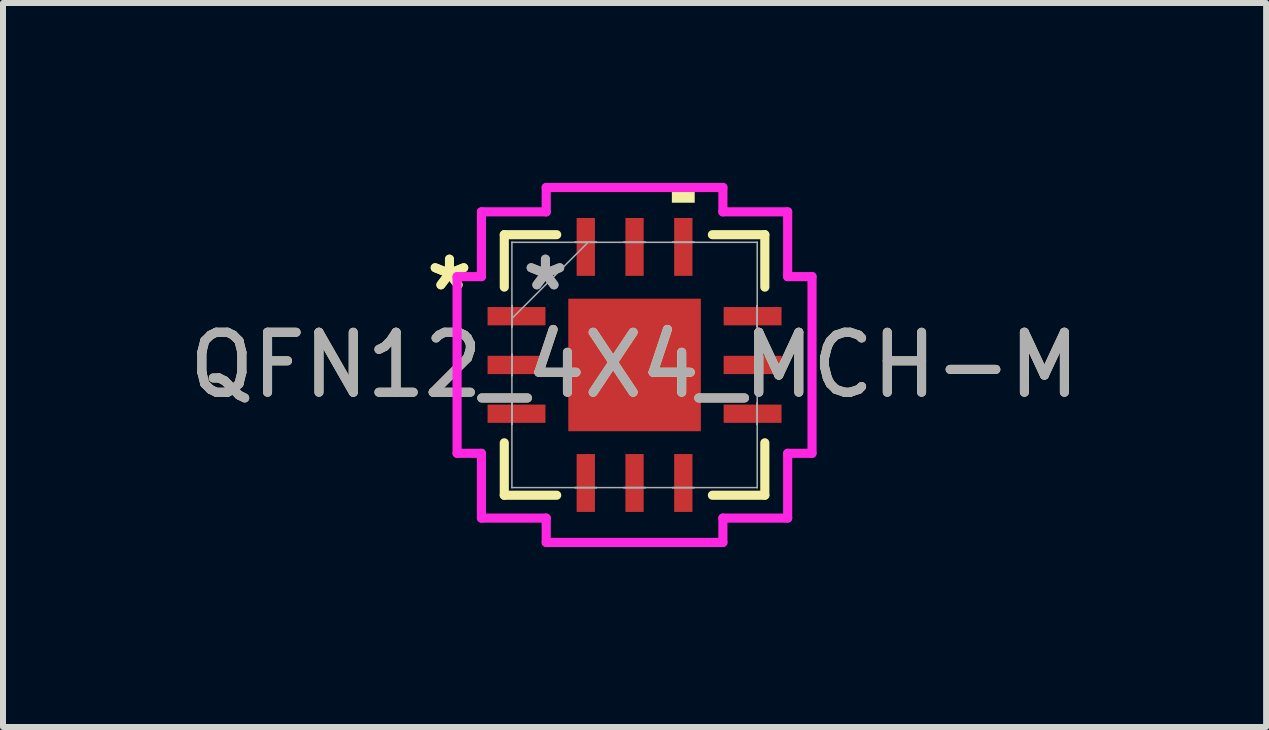
<source format=kicad_pcb>
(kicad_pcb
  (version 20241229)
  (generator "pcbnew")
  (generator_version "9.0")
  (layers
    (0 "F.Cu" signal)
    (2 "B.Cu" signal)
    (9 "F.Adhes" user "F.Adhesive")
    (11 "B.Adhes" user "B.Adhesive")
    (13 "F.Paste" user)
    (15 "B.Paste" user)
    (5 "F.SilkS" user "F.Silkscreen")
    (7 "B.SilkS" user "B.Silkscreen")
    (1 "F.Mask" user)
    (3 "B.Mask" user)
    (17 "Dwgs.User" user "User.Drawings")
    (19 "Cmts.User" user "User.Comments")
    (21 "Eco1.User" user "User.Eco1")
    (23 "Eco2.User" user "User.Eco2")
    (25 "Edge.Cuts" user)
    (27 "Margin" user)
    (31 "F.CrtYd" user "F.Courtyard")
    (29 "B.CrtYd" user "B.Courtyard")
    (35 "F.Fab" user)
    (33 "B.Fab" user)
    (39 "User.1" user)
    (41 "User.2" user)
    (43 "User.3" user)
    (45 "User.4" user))
  (footprint "QFN12_4X4_MCH-M"
    (layer "F.Cu")
    (at 7.53 3.035)
    (property "Reference" "QFN12_4X4_MCH-M" (at 0 0 0) (unlocked yes) (layer "F.SilkS") (effects (font (size 1 1) (thickness 0.15))))
    (attr smd)
    (fp_line (start -2.172 -2.172) (end -2.172 -1.298) (stroke (width 0.152) (type solid)) (layer "F.SilkS"))
    (fp_line (start -2.172 1.298) (end -2.172 2.172) (stroke (width 0.152) (type solid)) (layer "F.SilkS"))
    (fp_line (start -2.172 2.172) (end -1.298 2.172) (stroke (width 0.152) (type solid)) (layer "F.SilkS"))
    (fp_line (start -1.298 -2.172) (end -2.172 -2.172) (stroke (width 0.152) (type solid)) (layer "F.SilkS"))
    (fp_line (start 1.298 2.172) (end 2.172 2.172) (stroke (width 0.152) (type solid)) (layer "F.SilkS"))
    (fp_line (start 2.172 -2.172) (end 1.298 -2.172) (stroke (width 0.152) (type solid)) (layer "F.SilkS"))
    (fp_line (start 2.172 -1.298) (end 2.172 -2.172) (stroke (width 0.152) (type solid)) (layer "F.SilkS"))
    (fp_line (start 2.172 2.172) (end 2.172 1.298) (stroke (width 0.152) (type solid)) (layer "F.SilkS"))
    (fp_poly (pts (xy 0.622 -2.705) (xy 0.622 -2.959) (xy 1.003 -2.959) (xy 1.003 -2.705)) (stroke (width 0) (type solid)) (fill yes) (layer "F.SilkS"))
    (fp_line (start -2.959 -1.473) (end -2.553 -1.473) (stroke (width 0.152) (type solid)) (layer "F.CrtYd"))
    (fp_line (start -2.959 1.473) (end -2.959 -1.473) (stroke (width 0.152) (type solid)) (layer "F.CrtYd"))
    (fp_line (start -2.553 -2.553) (end -1.473 -2.553) (stroke (width 0.152) (type solid)) (layer "F.CrtYd"))
    (fp_line (start -2.553 -1.473) (end -2.553 -2.553) (stroke (width 0.152) (type solid)) (layer "F.CrtYd"))
    (fp_line (start -2.553 1.473) (end -2.959 1.473) (stroke (width 0.152) (type solid)) (layer "F.CrtYd"))
    (fp_line (start -2.553 2.553) (end -2.553 1.473) (stroke (width 0.152) (type solid)) (layer "F.CrtYd"))
    (fp_line (start -1.473 -2.959) (end 1.473 -2.959) (stroke (width 0.152) (type solid)) (layer "F.CrtYd"))
    (fp_line (start -1.473 -2.553) (end -1.473 -2.959) (stroke (width 0.152) (type solid)) (layer "F.CrtYd"))
    (fp_line (start -1.473 2.553) (end -2.553 2.553) (stroke (width 0.152) (type solid)) (layer "F.CrtYd"))
    (fp_line (start -1.473 2.959) (end -1.473 2.553) (stroke (width 0.152) (type solid)) (layer "F.CrtYd"))
    (fp_line (start 1.473 -2.959) (end 1.473 -2.553) (stroke (width 0.152) (type solid)) (layer "F.CrtYd"))
    (fp_line (start 1.473 -2.553) (end 2.553 -2.553) (stroke (width 0.152) (type solid)) (layer "F.CrtYd"))
    (fp_line (start 1.473 2.553) (end 1.473 2.959) (stroke (width 0.152) (type solid)) (layer "F.CrtYd"))
    (fp_line (start 1.473 2.959) (end -1.473 2.959) (stroke (width 0.152) (type solid)) (layer "F.CrtYd"))
    (fp_line (start 2.553 -2.553) (end 2.553 -1.473) (stroke (width 0.152) (type solid)) (layer "F.CrtYd"))
    (fp_line (start 2.553 -1.473) (end 2.959 -1.473) (stroke (width 0.152) (type solid)) (layer "F.CrtYd"))
    (fp_line (start 2.553 1.473) (end 2.553 2.553) (stroke (width 0.152) (type solid)) (layer "F.CrtYd"))
    (fp_line (start 2.553 2.553) (end 1.473 2.553) (stroke (width 0.152) (type solid)) (layer "F.CrtYd"))
    (fp_line (start 2.959 -1.473) (end 2.959 1.473) (stroke (width 0.152) (type solid)) (layer "F.CrtYd"))
    (fp_line (start 2.959 1.473) (end 2.553 1.473) (stroke (width 0.152) (type solid)) (layer "F.CrtYd"))
    (fp_line (start -2.045 -2.045) (end -2.045 -2.045) (stroke (width 0.025) (type solid)) (layer "F.Fab"))
    (fp_line (start -2.045 -2.045) (end -2.045 2.045) (stroke (width 0.025) (type solid)) (layer "F.Fab"))
    (fp_line (start -2.045 -0.991) (end -2.045 -0.991) (stroke (width 0.025) (type solid)) (layer "F.Fab"))
    (fp_line (start -2.045 -0.991) (end -2.045 -0.635) (stroke (width 0.025) (type solid)) (layer "F.Fab"))
    (fp_line (start -2.045 -0.775) (end -0.775 -2.045) (stroke (width 0.025) (type solid)) (layer "F.Fab"))
    (fp_line (start -2.045 -0.635) (end -2.045 -0.991) (stroke (width 0.025) (type solid)) (layer "F.Fab"))
    (fp_line (start -2.045 -0.635) (end -2.045 -0.635) (stroke (width 0.025) (type solid)) (layer "F.Fab"))
    (fp_line (start -2.045 -0.178) (end -2.045 -0.178) (stroke (width 0.025) (type solid)) (layer "F.Fab"))
    (fp_line (start -2.045 -0.178) (end -2.045 0.178) (stroke (width 0.025) (type solid)) (layer "F.Fab"))
    (fp_line (start -2.045 0.178) (end -2.045 -0.178) (stroke (width 0.025) (type solid)) (layer "F.Fab"))
    (fp_line (start -2.045 0.178) (end -2.045 0.178) (stroke (width 0.025) (type solid)) (layer "F.Fab"))
    (fp_line (start -2.045 0.635) (end -2.045 0.635) (stroke (width 0.025) (type solid)) (layer "F.Fab"))
    (fp_line (start -2.045 0.635) (end -2.045 0.991) (stroke (width 0.025) (type solid)) (layer "F.Fab"))
    (fp_line (start -2.045 0.991) (end -2.045 0.635) (stroke (width 0.025) (type solid)) (layer "F.Fab"))
    (fp_line (start -2.045 0.991) (end -2.045 0.991) (stroke (width 0.025) (type solid)) (layer "F.Fab"))
    (fp_line (start -2.045 2.045) (end -2.045 2.045) (stroke (width 0.025) (type solid)) (layer "F.Fab"))
    (fp_line (start -2.045 2.045) (end 2.045 2.045) (stroke (width 0.025) (type solid)) (layer "F.Fab"))
    (fp_line (start -0.991 -2.045) (end -0.991 -2.045) (stroke (width 0.025) (type solid)) (layer "F.Fab"))
    (fp_line (start -0.991 -2.045) (end -0.635 -2.045) (stroke (width 0.025) (type solid)) (layer "F.Fab"))
    (fp_line (start -0.991 2.045) (end -0.991 2.045) (stroke (width 0.025) (type solid)) (layer "F.Fab"))
    (fp_line (start -0.991 2.045) (end -0.635 2.045) (stroke (width 0.025) (type solid)) (layer "F.Fab"))
    (fp_line (start -0.635 -2.045) (end -0.991 -2.045) (stroke (width 0.025) (type solid)) (layer "F.Fab"))
    (fp_line (start -0.635 -2.045) (end -0.635 -2.045) (stroke (width 0.025) (type solid)) (layer "F.Fab"))
    (fp_line (start -0.635 2.045) (end -0.991 2.045) (stroke (width 0.025) (type solid)) (layer "F.Fab"))
    (fp_line (start -0.635 2.045) (end -0.635 2.045) (stroke (width 0.025) (type solid)) (layer "F.Fab"))
    (fp_line (start -0.178 -2.045) (end -0.178 -2.045) (stroke (width 0.025) (type solid)) (layer "F.Fab"))
    (fp_line (start -0.178 -2.045) (end 0.178 -2.045) (stroke (width 0.025) (type solid)) (layer "F.Fab"))
    (fp_line (start -0.178 2.045) (end -0.178 2.045) (stroke (width 0.025) (type solid)) (layer "F.Fab"))
    (fp_line (start -0.178 2.045) (end 0.178 2.045) (stroke (width 0.025) (type solid)) (layer "F.Fab"))
    (fp_line (start 0.178 -2.045) (end -0.178 -2.045) (stroke (width 0.025) (type solid)) (layer "F.Fab"))
    (fp_line (start 0.178 -2.045) (end 0.178 -2.045) (stroke (width 0.025) (type solid)) (layer "F.Fab"))
    (fp_line (start 0.178 2.045) (end -0.178 2.045) (stroke (width 0.025) (type solid)) (layer "F.Fab"))
    (fp_line (start 0.178 2.045) (end 0.178 2.045) (stroke (width 0.025) (type solid)) (layer "F.Fab"))
    (fp_line (start 0.635 -2.045) (end 0.635 -2.045) (stroke (width 0.025) (type solid)) (layer "F.Fab"))
    (fp_line (start 0.635 -2.045) (end 0.991 -2.045) (stroke (width 0.025) (type solid)) (layer "F.Fab"))
    (fp_line (start 0.635 2.045) (end 0.635 2.045) (stroke (width 0.025) (type solid)) (layer "F.Fab"))
    (fp_line (start 0.635 2.045) (end 0.991 2.045) (stroke (width 0.025) (type solid)) (layer "F.Fab"))
    (fp_line (start 0.991 -2.045) (end 0.635 -2.045) (stroke (width 0.025) (type solid)) (layer "F.Fab"))
    (fp_line (start 0.991 -2.045) (end 0.991 -2.045) (stroke (width 0.025) (type solid)) (layer "F.Fab"))
    (fp_line (start 0.991 2.045) (end 0.635 2.045) (stroke (width 0.025) (type solid)) (layer "F.Fab"))
    (fp_line (start 0.991 2.045) (end 0.991 2.045) (stroke (width 0.025) (type solid)) (layer "F.Fab"))
    (fp_line (start 2.045 -2.045) (end -2.045 -2.045) (stroke (width 0.025) (type solid)) (layer "F.Fab"))
    (fp_line (start 2.045 -2.045) (end 2.045 -2.045) (stroke (width 0.025) (type solid)) (layer "F.Fab"))
    (fp_line (start 2.045 -0.991) (end 2.045 -0.991) (stroke (width 0.025) (type solid)) (layer "F.Fab"))
    (fp_line (start 2.045 -0.991) (end 2.045 -0.635) (stroke (width 0.025) (type solid)) (layer "F.Fab"))
    (fp_line (start 2.045 -0.635) (end 2.045 -0.991) (stroke (width 0.025) (type solid)) (layer "F.Fab"))
    (fp_line (start 2.045 -0.635) (end 2.045 -0.635) (stroke (width 0.025) (type solid)) (layer "F.Fab"))
    (fp_line (start 2.045 -0.178) (end 2.045 -0.178) (stroke (width 0.025) (type solid)) (layer "F.Fab"))
    (fp_line (start 2.045 -0.178) (end 2.045 0.178) (stroke (width 0.025) (type solid)) (layer "F.Fab"))
    (fp_line (start 2.045 0.178) (end 2.045 -0.178) (stroke (width 0.025) (type solid)) (layer "F.Fab"))
    (fp_line (start 2.045 0.178) (end 2.045 0.178) (stroke (width 0.025) (type solid)) (layer "F.Fab"))
    (fp_line (start 2.045 0.635) (end 2.045 0.635) (stroke (width 0.025) (type solid)) (layer "F.Fab"))
    (fp_line (start 2.045 0.635) (end 2.045 0.991) (stroke (width 0.025) (type solid)) (layer "F.Fab"))
    (fp_line (start 2.045 0.991) (end 2.045 0.635) (stroke (width 0.025) (type solid)) (layer "F.Fab"))
    (fp_line (start 2.045 0.991) (end 2.045 0.991) (stroke (width 0.025) (type solid)) (layer "F.Fab"))
    (fp_line (start 2.045 2.045) (end 2.045 -2.045) (stroke (width 0.025) (type solid)) (layer "F.Fab"))
    (fp_line (start 2.045 2.045) (end 2.045 2.045) (stroke (width 0.025) (type solid)) (layer "F.Fab"))
    (fp_text user "*" (at -3.086 -1.219 0) (layer "F.SilkS") (effects (font (size 1 1) (thickness 0.15))))
    (fp_text user "*" (at -3.086 -1.219 0) (unlocked yes) (layer "F.SilkS") (effects (font (size 1 1) (thickness 0.15))))
    (fp_text user "*" (at -1.486 -1.219 0) (layer "F.Fab") (effects (font (size 1 1) (thickness 0.15))))
    (fp_text user "${REFERENCE}" (at 0 0 0) (unlocked yes) (layer "F.Fab") (effects (font (size 1 1) (thickness 0.15))))
    (fp_text user "*" (at -1.486 -1.219 0) (unlocked yes) (layer "F.Fab") (effects (font (size 1 1) (thickness 0.15))))
    (pad "1" smd rect (at -1.968 -0.813 90) (size 0.305 0.965) (layers "F.Cu" "F.Mask" "F.Paste"))
    (pad "2" smd rect (at -1.968 0 90) (size 0.305 0.965) (layers "F.Cu" "F.Mask" "F.Paste"))
    (pad "3" smd rect (at -1.968 0.813 90) (size 0.305 0.965) (layers "F.Cu" "F.Mask" "F.Paste"))
    (pad "4" smd rect (at -0.813 1.968) (size 0.305 0.965) (layers "F.Cu" "F.Mask" "F.Paste"))
    (pad "5" smd rect (at 0 1.968) (size 0.305 0.965) (layers "F.Cu" "F.Mask" "F.Paste"))
    (pad "6" smd rect (at 0.813 1.968) (size 0.305 0.965) (layers "F.Cu" "F.Mask" "F.Paste"))
    (pad "7" smd rect (at 1.968 0.813 90) (size 0.305 0.965) (layers "F.Cu" "F.Mask" "F.Paste"))
    (pad "8" smd rect (at 1.968 0 90) (size 0.305 0.965) (layers "F.Cu" "F.Mask" "F.Paste"))
    (pad "9" smd rect (at 1.968 -0.813 90) (size 0.305 0.965) (layers "F.Cu" "F.Mask" "F.Paste"))
    (pad "10" smd rect (at 0.813 -1.968) (size 0.305 0.965) (layers "F.Cu" "F.Mask" "F.Paste"))
    (pad "11" smd rect (at 0 -1.968) (size 0.305 0.965) (layers "F.Cu" "F.Mask" "F.Paste"))
    (pad "12" smd rect (at -0.813 -1.968) (size 0.305 0.965) (layers "F.Cu" "F.Mask" "F.Paste"))
    (pad "13" smd rect (at 0 0) (size 2.21 2.21) (layers "F.Cu" "F.Mask" "F.Paste")))
  (gr_rect
    (start -3 -3)
    (end 18.06 9.071)
    (stroke (width 0.1) (type default))
    (fill no)
    (layer "Edge.Cuts")))
</source>
